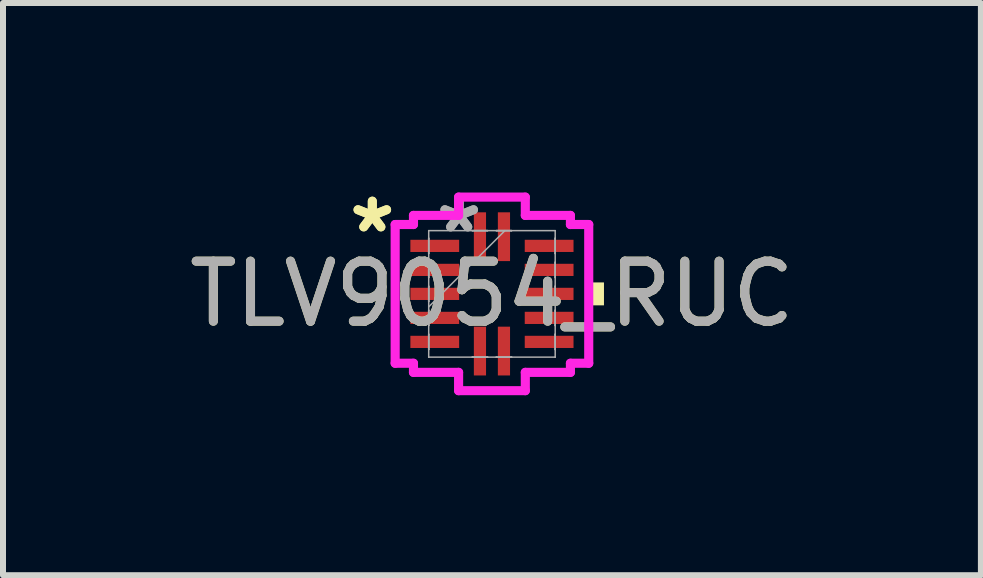
<source format=kicad_pcb>
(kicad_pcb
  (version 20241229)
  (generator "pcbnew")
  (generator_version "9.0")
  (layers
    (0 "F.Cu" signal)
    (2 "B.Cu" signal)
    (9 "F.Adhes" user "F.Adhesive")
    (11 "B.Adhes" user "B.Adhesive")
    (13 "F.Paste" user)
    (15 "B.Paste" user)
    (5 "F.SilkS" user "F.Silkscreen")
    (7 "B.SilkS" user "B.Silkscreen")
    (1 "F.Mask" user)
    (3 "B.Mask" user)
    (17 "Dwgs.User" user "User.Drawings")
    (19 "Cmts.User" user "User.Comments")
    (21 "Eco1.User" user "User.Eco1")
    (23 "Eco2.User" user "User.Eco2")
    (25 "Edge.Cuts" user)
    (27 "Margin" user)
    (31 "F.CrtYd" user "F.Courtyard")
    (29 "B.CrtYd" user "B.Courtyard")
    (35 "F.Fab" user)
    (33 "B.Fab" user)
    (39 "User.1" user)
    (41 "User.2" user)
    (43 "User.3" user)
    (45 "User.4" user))
  (footprint "TLV9054_RUC"
    (layer "F.Cu")
    (at 5.149 1.848)
    (property "Reference" "TLV9054_RUC" (at 0 0 0) (unlocked yes) (layer "F.SilkS") (effects (font (size 1 1) (thickness 0.15))))
    (attr smd)
    (fp_poly (pts (xy 1.867 -0.191) (xy 1.867 0.191) (xy 1.613 0.191) (xy 1.613 -0.191)) (stroke (width 0) (type solid)) (fill yes) (layer "F.SilkS"))
    (fp_line (start -1.613 -1.156) (end -1.308 -1.156) (stroke (width 0.152) (type solid)) (layer "F.CrtYd"))
    (fp_line (start -1.613 1.156) (end -1.613 -1.156) (stroke (width 0.152) (type solid)) (layer "F.CrtYd"))
    (fp_line (start -1.308 -1.308) (end -0.556 -1.308) (stroke (width 0.152) (type solid)) (layer "F.CrtYd"))
    (fp_line (start -1.308 -1.156) (end -1.308 -1.308) (stroke (width 0.152) (type solid)) (layer "F.CrtYd"))
    (fp_line (start -1.308 1.156) (end -1.613 1.156) (stroke (width 0.152) (type solid)) (layer "F.CrtYd"))
    (fp_line (start -1.308 1.308) (end -1.308 1.156) (stroke (width 0.152) (type solid)) (layer "F.CrtYd"))
    (fp_line (start -0.556 -1.613) (end 0.556 -1.613) (stroke (width 0.152) (type solid)) (layer "F.CrtYd"))
    (fp_line (start -0.556 -1.308) (end -0.556 -1.613) (stroke (width 0.152) (type solid)) (layer "F.CrtYd"))
    (fp_line (start -0.556 1.308) (end -1.308 1.308) (stroke (width 0.152) (type solid)) (layer "F.CrtYd"))
    (fp_line (start -0.556 1.613) (end -0.556 1.308) (stroke (width 0.152) (type solid)) (layer "F.CrtYd"))
    (fp_line (start 0.556 -1.613) (end 0.556 -1.308) (stroke (width 0.152) (type solid)) (layer "F.CrtYd"))
    (fp_line (start 0.556 -1.308) (end 1.308 -1.308) (stroke (width 0.152) (type solid)) (layer "F.CrtYd"))
    (fp_line (start 0.556 1.308) (end 0.556 1.613) (stroke (width 0.152) (type solid)) (layer "F.CrtYd"))
    (fp_line (start 0.556 1.613) (end -0.556 1.613) (stroke (width 0.152) (type solid)) (layer "F.CrtYd"))
    (fp_line (start 1.308 -1.308) (end 1.308 -1.156) (stroke (width 0.152) (type solid)) (layer "F.CrtYd"))
    (fp_line (start 1.308 -1.156) (end 1.613 -1.156) (stroke (width 0.152) (type solid)) (layer "F.CrtYd"))
    (fp_line (start 1.308 1.156) (end 1.308 1.308) (stroke (width 0.152) (type solid)) (layer "F.CrtYd"))
    (fp_line (start 1.308 1.308) (end 0.556 1.308) (stroke (width 0.152) (type solid)) (layer "F.CrtYd"))
    (fp_line (start 1.613 -1.156) (end 1.613 1.156) (stroke (width 0.152) (type solid)) (layer "F.CrtYd"))
    (fp_line (start 1.613 1.156) (end 1.308 1.156) (stroke (width 0.152) (type solid)) (layer "F.CrtYd"))
    (fp_line (start -1.054 -1.054) (end -1.054 -1.054) (stroke (width 0.025) (type solid)) (layer "F.Fab"))
    (fp_line (start -1.054 -1.054) (end -1.054 1.054) (stroke (width 0.025) (type solid)) (layer "F.Fab"))
    (fp_line (start -1.054 -0.927) (end -1.054 -0.927) (stroke (width 0.025) (type solid)) (layer "F.Fab"))
    (fp_line (start -1.054 -0.927) (end -1.054 -0.673) (stroke (width 0.025) (type solid)) (layer "F.Fab"))
    (fp_line (start -1.054 -0.673) (end -1.054 -0.927) (stroke (width 0.025) (type solid)) (layer "F.Fab"))
    (fp_line (start -1.054 -0.673) (end -1.054 -0.673) (stroke (width 0.025) (type solid)) (layer "F.Fab"))
    (fp_line (start -1.054 -0.527) (end -1.054 -0.527) (stroke (width 0.025) (type solid)) (layer "F.Fab"))
    (fp_line (start -1.054 -0.527) (end -1.054 -0.273) (stroke (width 0.025) (type solid)) (layer "F.Fab"))
    (fp_line (start -1.054 -0.273) (end -1.054 -0.527) (stroke (width 0.025) (type solid)) (layer "F.Fab"))
    (fp_line (start -1.054 -0.273) (end -1.054 -0.273) (stroke (width 0.025) (type solid)) (layer "F.Fab"))
    (fp_line (start -1.054 -0.127) (end -1.054 -0.127) (stroke (width 0.025) (type solid)) (layer "F.Fab"))
    (fp_line (start -1.054 -0.127) (end -1.054 0.127) (stroke (width 0.025) (type solid)) (layer "F.Fab"))
    (fp_line (start -1.054 0.127) (end -1.054 -0.127) (stroke (width 0.025) (type solid)) (layer "F.Fab"))
    (fp_line (start -1.054 0.127) (end -1.054 0.127) (stroke (width 0.025) (type solid)) (layer "F.Fab"))
    (fp_line (start -1.054 0.216) (end 0.216 -1.054) (stroke (width 0.025) (type solid)) (layer "F.Fab"))
    (fp_line (start -1.054 0.273) (end -1.054 0.273) (stroke (width 0.025) (type solid)) (layer "F.Fab"))
    (fp_line (start -1.054 0.273) (end -1.054 0.527) (stroke (width 0.025) (type solid)) (layer "F.Fab"))
    (fp_line (start -1.054 0.527) (end -1.054 0.273) (stroke (width 0.025) (type solid)) (layer "F.Fab"))
    (fp_line (start -1.054 0.527) (end -1.054 0.527) (stroke (width 0.025) (type solid)) (layer "F.Fab"))
    (fp_line (start -1.054 0.673) (end -1.054 0.673) (stroke (width 0.025) (type solid)) (layer "F.Fab"))
    (fp_line (start -1.054 0.673) (end -1.054 0.927) (stroke (width 0.025) (type solid)) (layer "F.Fab"))
    (fp_line (start -1.054 0.927) (end -1.054 0.673) (stroke (width 0.025) (type solid)) (layer "F.Fab"))
    (fp_line (start -1.054 0.927) (end -1.054 0.927) (stroke (width 0.025) (type solid)) (layer "F.Fab"))
    (fp_line (start -1.054 1.054) (end -1.054 1.054) (stroke (width 0.025) (type solid)) (layer "F.Fab"))
    (fp_line (start -1.054 1.054) (end 1.054 1.054) (stroke (width 0.025) (type solid)) (layer "F.Fab"))
    (fp_line (start -0.327 -1.054) (end -0.327 -1.054) (stroke (width 0.025) (type solid)) (layer "F.Fab"))
    (fp_line (start -0.327 -1.054) (end -0.073 -1.054) (stroke (width 0.025) (type solid)) (layer "F.Fab"))
    (fp_line (start -0.327 1.054) (end -0.327 1.054) (stroke (width 0.025) (type solid)) (layer "F.Fab"))
    (fp_line (start -0.327 1.054) (end -0.073 1.054) (stroke (width 0.025) (type solid)) (layer "F.Fab"))
    (fp_line (start -0.073 -1.054) (end -0.327 -1.054) (stroke (width 0.025) (type solid)) (layer "F.Fab"))
    (fp_line (start -0.073 -1.054) (end -0.073 -1.054) (stroke (width 0.025) (type solid)) (layer "F.Fab"))
    (fp_line (start -0.073 1.054) (end -0.327 1.054) (stroke (width 0.025) (type solid)) (layer "F.Fab"))
    (fp_line (start -0.073 1.054) (end -0.073 1.054) (stroke (width 0.025) (type solid)) (layer "F.Fab"))
    (fp_line (start 0.073 -1.054) (end 0.073 -1.054) (stroke (width 0.025) (type solid)) (layer "F.Fab"))
    (fp_line (start 0.073 -1.054) (end 0.327 -1.054) (stroke (width 0.025) (type solid)) (layer "F.Fab"))
    (fp_line (start 0.073 1.054) (end 0.073 1.054) (stroke (width 0.025) (type solid)) (layer "F.Fab"))
    (fp_line (start 0.073 1.054) (end 0.327 1.054) (stroke (width 0.025) (type solid)) (layer "F.Fab"))
    (fp_line (start 0.327 -1.054) (end 0.073 -1.054) (stroke (width 0.025) (type solid)) (layer "F.Fab"))
    (fp_line (start 0.327 -1.054) (end 0.327 -1.054) (stroke (width 0.025) (type solid)) (layer "F.Fab"))
    (fp_line (start 0.327 1.054) (end 0.073 1.054) (stroke (width 0.025) (type solid)) (layer "F.Fab"))
    (fp_line (start 0.327 1.054) (end 0.327 1.054) (stroke (width 0.025) (type solid)) (layer "F.Fab"))
    (fp_line (start 1.054 -1.054) (end -1.054 -1.054) (stroke (width 0.025) (type solid)) (layer "F.Fab"))
    (fp_line (start 1.054 -1.054) (end 1.054 -1.054) (stroke (width 0.025) (type solid)) (layer "F.Fab"))
    (fp_line (start 1.054 -0.927) (end 1.054 -0.927) (stroke (width 0.025) (type solid)) (layer "F.Fab"))
    (fp_line (start 1.054 -0.927) (end 1.054 -0.673) (stroke (width 0.025) (type solid)) (layer "F.Fab"))
    (fp_line (start 1.054 -0.673) (end 1.054 -0.927) (stroke (width 0.025) (type solid)) (layer "F.Fab"))
    (fp_line (start 1.054 -0.673) (end 1.054 -0.673) (stroke (width 0.025) (type solid)) (layer "F.Fab"))
    (fp_line (start 1.054 -0.527) (end 1.054 -0.527) (stroke (width 0.025) (type solid)) (layer "F.Fab"))
    (fp_line (start 1.054 -0.527) (end 1.054 -0.273) (stroke (width 0.025) (type solid)) (layer "F.Fab"))
    (fp_line (start 1.054 -0.273) (end 1.054 -0.527) (stroke (width 0.025) (type solid)) (layer "F.Fab"))
    (fp_line (start 1.054 -0.273) (end 1.054 -0.273) (stroke (width 0.025) (type solid)) (layer "F.Fab"))
    (fp_line (start 1.054 -0.127) (end 1.054 -0.127) (stroke (width 0.025) (type solid)) (layer "F.Fab"))
    (fp_line (start 1.054 -0.127) (end 1.054 0.127) (stroke (width 0.025) (type solid)) (layer "F.Fab"))
    (fp_line (start 1.054 0.127) (end 1.054 -0.127) (stroke (width 0.025) (type solid)) (layer "F.Fab"))
    (fp_line (start 1.054 0.127) (end 1.054 0.127) (stroke (width 0.025) (type solid)) (layer "F.Fab"))
    (fp_line (start 1.054 0.273) (end 1.054 0.273) (stroke (width 0.025) (type solid)) (layer "F.Fab"))
    (fp_line (start 1.054 0.273) (end 1.054 0.527) (stroke (width 0.025) (type solid)) (layer "F.Fab"))
    (fp_line (start 1.054 0.527) (end 1.054 0.273) (stroke (width 0.025) (type solid)) (layer "F.Fab"))
    (fp_line (start 1.054 0.527) (end 1.054 0.527) (stroke (width 0.025) (type solid)) (layer "F.Fab"))
    (fp_line (start 1.054 0.673) (end 1.054 0.673) (stroke (width 0.025) (type solid)) (layer "F.Fab"))
    (fp_line (start 1.054 0.673) (end 1.054 0.927) (stroke (width 0.025) (type solid)) (layer "F.Fab"))
    (fp_line (start 1.054 0.927) (end 1.054 0.673) (stroke (width 0.025) (type solid)) (layer "F.Fab"))
    (fp_line (start 1.054 0.927) (end 1.054 0.927) (stroke (width 0.025) (type solid)) (layer "F.Fab"))
    (fp_line (start 1.054 1.054) (end 1.054 -1.054) (stroke (width 0.025) (type solid)) (layer "F.Fab"))
    (fp_line (start 1.054 1.054) (end 1.054 1.054) (stroke (width 0.025) (type solid)) (layer "F.Fab"))
    (fp_text user "*" (at -1.994 -1 0) (unlocked yes) (layer "F.SilkS") (effects (font (size 1 1) (thickness 0.15))))
    (fp_text user "*" (at -1.994 -1 0) (layer "F.SilkS") (effects (font (size 1 1) (thickness 0.15))))
    (fp_text user "*" (at -0.546 -1 0) (unlocked yes) (layer "F.Fab") (effects (font (size 1 1) (thickness 0.15))))
    (fp_text user "*" (at -0.546 -1 0) (layer "F.Fab") (effects (font (size 1 1) (thickness 0.15))))
    (fp_text user "${REFERENCE}" (at 0 0 0) (unlocked yes) (layer "F.Fab") (effects (font (size 1 1) (thickness 0.15))))
    (pad "1" smd rect (at -0.953 -0.8 90) (size 0.203 0.813) (layers "F.Cu" "F.Mask" "F.Paste"))
    (pad "2" smd rect (at -0.953 -0.4 90) (size 0.203 0.813) (layers "F.Cu" "F.Mask" "F.Paste"))
    (pad "3" smd rect (at -0.953 0 90) (size 0.203 0.813) (layers "F.Cu" "F.Mask" "F.Paste"))
    (pad "4" smd rect (at -0.953 0.4 90) (size 0.203 0.813) (layers "F.Cu" "F.Mask" "F.Paste"))
    (pad "5" smd rect (at -0.953 0.8 90) (size 0.203 0.813) (layers "F.Cu" "F.Mask" "F.Paste"))
    (pad "6" smd rect (at -0.2 0.953) (size 0.203 0.813) (layers "F.Cu" "F.Mask" "F.Paste"))
    (pad "7" smd rect (at 0.2 0.953) (size 0.203 0.813) (layers "F.Cu" "F.Mask" "F.Paste"))
    (pad "8" smd rect (at 0.953 0.8 90) (size 0.203 0.813) (layers "F.Cu" "F.Mask" "F.Paste"))
    (pad "9" smd rect (at 0.953 0.4 90) (size 0.203 0.813) (layers "F.Cu" "F.Mask" "F.Paste"))
    (pad "10" smd rect (at 0.953 0 90) (size 0.203 0.813) (layers "F.Cu" "F.Mask" "F.Paste"))
    (pad "11" smd rect (at 0.953 -0.4 90) (size 0.203 0.813) (layers "F.Cu" "F.Mask" "F.Paste"))
    (pad "12" smd rect (at 0.953 -0.8 90) (size 0.203 0.813) (layers "F.Cu" "F.Mask" "F.Paste"))
    (pad "13" smd rect (at 0.2 -0.953) (size 0.203 0.813) (layers "F.Cu" "F.Mask" "F.Paste"))
    (pad "14" smd rect (at -0.2 -0.953) (size 0.203 0.813) (layers "F.Cu" "F.Mask" "F.Paste")))
  (gr_rect
    (start -3 -3)
    (end 13.298 6.537)
    (stroke (width 0.1) (type default))
    (fill no)
    (layer "Edge.Cuts")))
</source>
